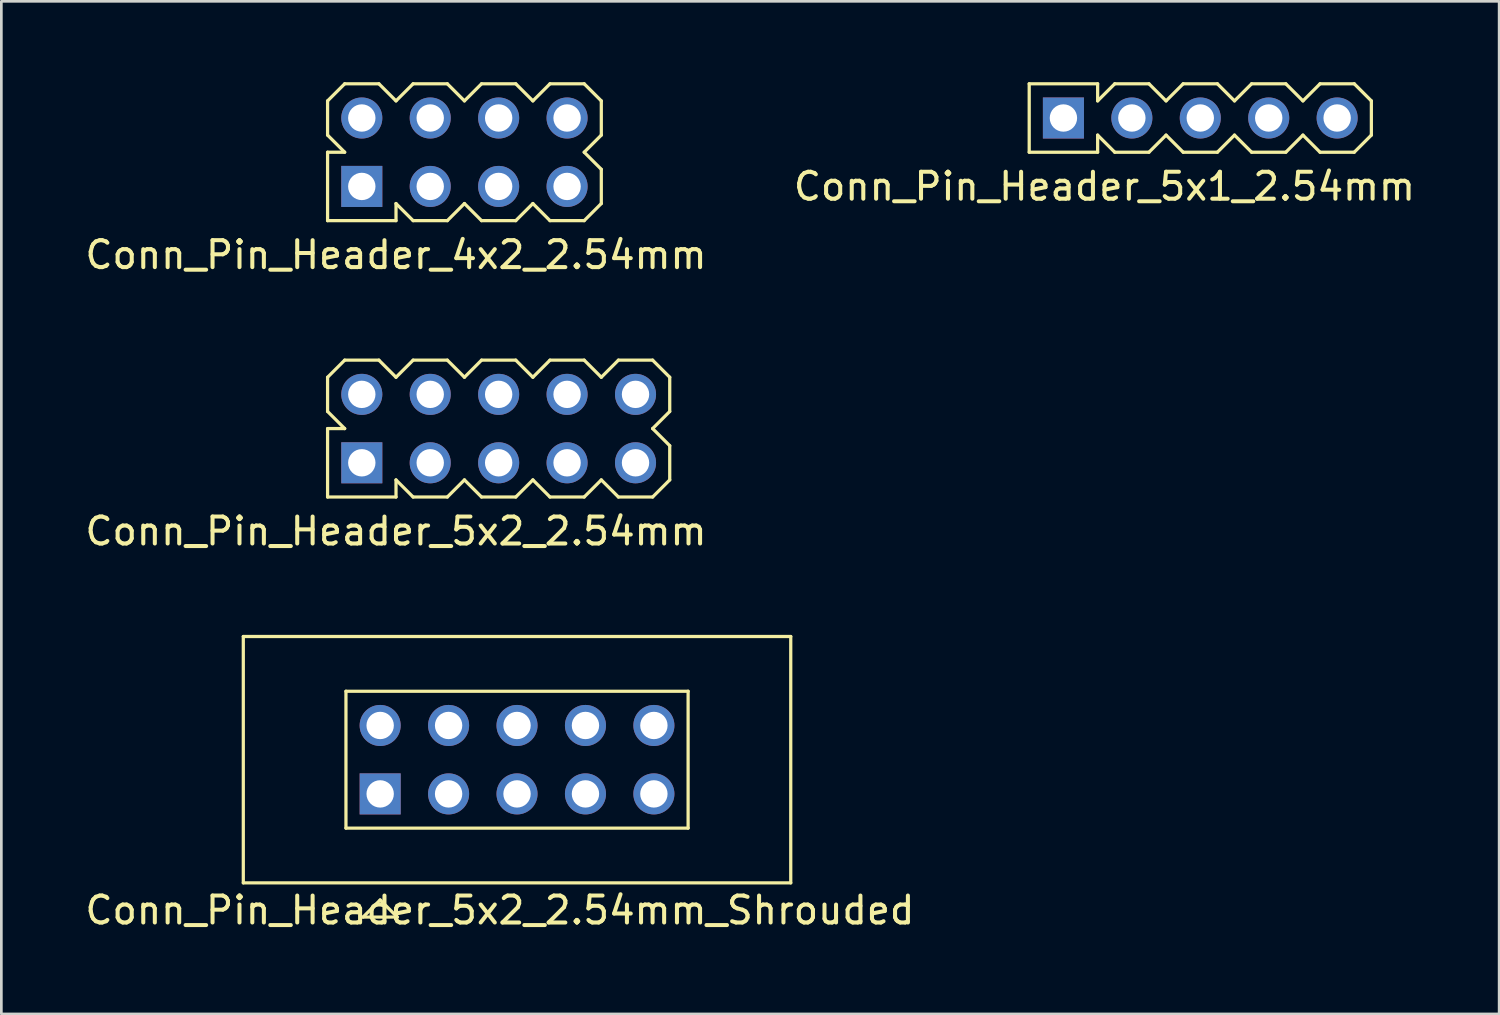
<source format=kicad_pcb>
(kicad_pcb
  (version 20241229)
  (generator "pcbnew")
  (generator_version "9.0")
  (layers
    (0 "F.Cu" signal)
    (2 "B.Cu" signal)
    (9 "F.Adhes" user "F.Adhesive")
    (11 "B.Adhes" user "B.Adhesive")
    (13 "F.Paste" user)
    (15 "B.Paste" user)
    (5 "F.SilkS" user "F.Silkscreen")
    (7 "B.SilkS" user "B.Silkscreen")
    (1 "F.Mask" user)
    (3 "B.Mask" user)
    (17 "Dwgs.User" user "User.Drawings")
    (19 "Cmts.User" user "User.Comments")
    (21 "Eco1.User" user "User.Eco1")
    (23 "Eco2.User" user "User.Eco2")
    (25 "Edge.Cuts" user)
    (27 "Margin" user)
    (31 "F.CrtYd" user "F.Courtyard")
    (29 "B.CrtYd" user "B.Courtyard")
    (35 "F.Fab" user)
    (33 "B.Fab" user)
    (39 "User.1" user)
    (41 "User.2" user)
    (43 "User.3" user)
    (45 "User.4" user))
  (footprint "Conn_Pin_Header_4x2_2.54mm"
    (layer "F.Cu")
    (at 14.189 2.6)
    (property "Reference" "Conn_Pin_Header_4x2_2.54mm" (at -2.54 3.81 0) (layer "F.SilkS") (effects (font (size 1 1) (thickness 0.15))))
    (attr through_hole)
    (fp_line (start -5.08 -1.905) (end -4.445 -2.54) (stroke (width 0.12) (type solid)) (layer "F.SilkS"))
    (fp_line (start -5.08 -0.635) (end -5.08 -1.905) (stroke (width 0.12) (type solid)) (layer "F.SilkS"))
    (fp_line (start -5.08 0) (end -4.445 0) (stroke (width 0.12) (type solid)) (layer "F.SilkS"))
    (fp_line (start -5.08 2.54) (end -5.08 0) (stroke (width 0.12) (type solid)) (layer "F.SilkS"))
    (fp_line (start -4.445 0) (end -5.08 -0.635) (stroke (width 0.12) (type solid)) (layer "F.SilkS"))
    (fp_line (start -3.175 -2.54) (end -4.445 -2.54) (stroke (width 0.12) (type solid)) (layer "F.SilkS"))
    (fp_line (start -2.54 -1.905) (end -3.175 -2.54) (stroke (width 0.12) (type solid)) (layer "F.SilkS"))
    (fp_line (start -2.54 1.905) (end -1.905 2.54) (stroke (width 0.12) (type solid)) (layer "F.SilkS"))
    (fp_line (start -2.54 2.54) (end -5.08 2.54) (stroke (width 0.12) (type solid)) (layer "F.SilkS"))
    (fp_line (start -2.54 2.54) (end -2.54 1.905) (stroke (width 0.12) (type solid)) (layer "F.SilkS"))
    (fp_line (start -1.905 -2.54) (end -2.54 -1.905) (stroke (width 0.12) (type solid)) (layer "F.SilkS"))
    (fp_line (start -1.905 2.54) (end -0.635 2.54) (stroke (width 0.12) (type solid)) (layer "F.SilkS"))
    (fp_line (start -0.635 -2.54) (end -1.905 -2.54) (stroke (width 0.12) (type solid)) (layer "F.SilkS"))
    (fp_line (start -0.635 2.54) (end 0 1.905) (stroke (width 0.12) (type solid)) (layer "F.SilkS"))
    (fp_line (start 0 -1.905) (end -0.635 -2.54) (stroke (width 0.12) (type solid)) (layer "F.SilkS"))
    (fp_line (start 0 1.905) (end 0.635 2.54) (stroke (width 0.12) (type solid)) (layer "F.SilkS"))
    (fp_line (start 0.635 -2.54) (end 0 -1.905) (stroke (width 0.12) (type solid)) (layer "F.SilkS"))
    (fp_line (start 0.635 2.54) (end 1.905 2.54) (stroke (width 0.12) (type solid)) (layer "F.SilkS"))
    (fp_line (start 1.905 -2.54) (end 0.635 -2.54) (stroke (width 0.12) (type solid)) (layer "F.SilkS"))
    (fp_line (start 1.905 2.54) (end 2.54 1.905) (stroke (width 0.12) (type solid)) (layer "F.SilkS"))
    (fp_line (start 2.54 -1.905) (end 1.905 -2.54) (stroke (width 0.12) (type solid)) (layer "F.SilkS"))
    (fp_line (start 2.54 1.905) (end 3.175 2.54) (stroke (width 0.12) (type solid)) (layer "F.SilkS"))
    (fp_line (start 3.175 -2.54) (end 2.54 -1.905) (stroke (width 0.12) (type solid)) (layer "F.SilkS"))
    (fp_line (start 3.175 2.54) (end 4.445 2.54) (stroke (width 0.12) (type solid)) (layer "F.SilkS"))
    (fp_line (start 4.445 -2.54) (end 3.175 -2.54) (stroke (width 0.12) (type solid)) (layer "F.SilkS"))
    (fp_line (start 4.445 0) (end 5.08 -0.635) (stroke (width 0.12) (type solid)) (layer "F.SilkS"))
    (fp_line (start 4.445 2.54) (end 5.08 1.905) (stroke (width 0.12) (type solid)) (layer "F.SilkS"))
    (fp_line (start 5.08 -1.905) (end 4.445 -2.54) (stroke (width 0.12) (type solid)) (layer "F.SilkS"))
    (fp_line (start 5.08 -0.635) (end 5.08 -1.905) (stroke (width 0.12) (type solid)) (layer "F.SilkS"))
    (fp_line (start 5.08 0.635) (end 4.445 0) (stroke (width 0.12) (type solid)) (layer "F.SilkS"))
    (fp_line (start 5.08 1.905) (end 5.08 0.635) (stroke (width 0.12) (type solid)) (layer "F.SilkS"))
    (pad "1" thru_hole rect (at -3.81 1.27) (size 1.524 1.524) (drill 1.016) (layers "*.Cu" "*.Mask"))
    (pad "2" thru_hole circle (at -3.81 -1.27) (size 1.524 1.524) (drill 1.016) (layers "*.Cu" "*.Mask"))
    (pad "3" thru_hole circle (at -1.27 1.27) (size 1.524 1.524) (drill 1.016) (layers "*.Cu" "*.Mask"))
    (pad "4" thru_hole circle (at -1.27 -1.27) (size 1.524 1.524) (drill 1.016) (layers "*.Cu" "*.Mask"))
    (pad "5" thru_hole circle (at 1.27 1.27) (size 1.524 1.524) (drill 1.016) (layers "*.Cu" "*.Mask"))
    (pad "6" thru_hole circle (at 1.27 -1.27) (size 1.524 1.524) (drill 1.016) (layers "*.Cu" "*.Mask"))
    (pad "7" thru_hole circle (at 3.81 1.27) (size 1.524 1.524) (drill 1.016) (layers "*.Cu" "*.Mask"))
    (pad "8" thru_hole circle (at 3.81 -1.27) (size 1.524 1.524) (drill 1.016) (layers "*.Cu" "*.Mask")))
  (footprint "Conn_Pin_Header_5x1_2.54mm"
    (layer "F.Cu")
    (at 41.502 1.33)
    (property "Reference" "Conn_Pin_Header_5x1_2.54mm" (at -3.556 2.54 0) (layer "F.SilkS") (effects (font (size 1 1) (thickness 0.15))))
    (attr through_hole)
    (fp_line (start -6.35 -1.27) (end -3.81 -1.27) (stroke (width 0.12) (type solid)) (layer "F.SilkS"))
    (fp_line (start -6.35 1.27) (end -6.35 -1.27) (stroke (width 0.12) (type solid)) (layer "F.SilkS"))
    (fp_line (start -3.81 -1.27) (end -3.81 -0.635) (stroke (width 0.12) (type solid)) (layer "F.SilkS"))
    (fp_line (start -3.81 -0.635) (end -3.175 -1.27) (stroke (width 0.12) (type solid)) (layer "F.SilkS"))
    (fp_line (start -3.81 0.635) (end -3.81 1.27) (stroke (width 0.12) (type solid)) (layer "F.SilkS"))
    (fp_line (start -3.81 1.27) (end -6.35 1.27) (stroke (width 0.12) (type solid)) (layer "F.SilkS"))
    (fp_line (start -3.175 -1.27) (end -1.905 -1.27) (stroke (width 0.12) (type solid)) (layer "F.SilkS"))
    (fp_line (start -3.175 1.27) (end -3.81 0.635) (stroke (width 0.12) (type solid)) (layer "F.SilkS"))
    (fp_line (start -1.905 -1.27) (end -1.27 -0.635) (stroke (width 0.12) (type solid)) (layer "F.SilkS"))
    (fp_line (start -1.905 1.27) (end -3.175 1.27) (stroke (width 0.12) (type solid)) (layer "F.SilkS"))
    (fp_line (start -1.27 -0.635) (end -0.635 -1.27) (stroke (width 0.12) (type solid)) (layer "F.SilkS"))
    (fp_line (start -1.27 0.635) (end -1.905 1.27) (stroke (width 0.12) (type solid)) (layer "F.SilkS"))
    (fp_line (start -0.635 -1.27) (end 0.635 -1.27) (stroke (width 0.12) (type solid)) (layer "F.SilkS"))
    (fp_line (start -0.635 1.27) (end -1.27 0.635) (stroke (width 0.12) (type solid)) (layer "F.SilkS"))
    (fp_line (start 0.635 -1.27) (end 1.27 -0.635) (stroke (width 0.12) (type solid)) (layer "F.SilkS"))
    (fp_line (start 0.635 1.27) (end -0.635 1.27) (stroke (width 0.12) (type solid)) (layer "F.SilkS"))
    (fp_line (start 1.27 -0.635) (end 1.905 -1.27) (stroke (width 0.12) (type solid)) (layer "F.SilkS"))
    (fp_line (start 1.27 0.635) (end 0.635 1.27) (stroke (width 0.12) (type solid)) (layer "F.SilkS"))
    (fp_line (start 1.905 -1.27) (end 3.175 -1.27) (stroke (width 0.12) (type solid)) (layer "F.SilkS"))
    (fp_line (start 1.905 1.27) (end 1.27 0.635) (stroke (width 0.12) (type solid)) (layer "F.SilkS"))
    (fp_line (start 3.175 -1.27) (end 3.81 -0.635) (stroke (width 0.12) (type solid)) (layer "F.SilkS"))
    (fp_line (start 3.175 1.27) (end 1.905 1.27) (stroke (width 0.12) (type solid)) (layer "F.SilkS"))
    (fp_line (start 3.81 -0.635) (end 4.445 -1.27) (stroke (width 0.12) (type solid)) (layer "F.SilkS"))
    (fp_line (start 3.81 0.635) (end 3.175 1.27) (stroke (width 0.12) (type solid)) (layer "F.SilkS"))
    (fp_line (start 4.445 -1.27) (end 5.715 -1.27) (stroke (width 0.12) (type solid)) (layer "F.SilkS"))
    (fp_line (start 4.445 1.27) (end 3.81 0.635) (stroke (width 0.12) (type solid)) (layer "F.SilkS"))
    (fp_line (start 5.715 -1.27) (end 6.35 -0.635) (stroke (width 0.12) (type solid)) (layer "F.SilkS"))
    (fp_line (start 5.715 1.27) (end 4.445 1.27) (stroke (width 0.12) (type solid)) (layer "F.SilkS"))
    (fp_line (start 6.35 -0.635) (end 6.35 0.635) (stroke (width 0.12) (type solid)) (layer "F.SilkS"))
    (fp_line (start 6.35 0.635) (end 5.715 1.27) (stroke (width 0.12) (type solid)) (layer "F.SilkS"))
    (pad "1" thru_hole rect (at -5.08 0) (size 1.524 1.524) (drill 1.016) (layers "*.Cu" "*.Mask"))
    (pad "2" thru_hole circle (at -2.54 0) (size 1.524 1.524) (drill 1.016) (layers "*.Cu" "*.Mask"))
    (pad "3" thru_hole circle (at 0 0) (size 1.524 1.524) (drill 1.016) (layers "*.Cu" "*.Mask"))
    (pad "4" thru_hole circle (at 2.54 0) (size 1.524 1.524) (drill 1.016) (layers "*.Cu" "*.Mask"))
    (pad "5" thru_hole circle (at 5.08 0) (size 1.524 1.524) (drill 1.016) (layers "*.Cu" "*.Mask")))
  (footprint "Conn_Pin_Header_5x2_2.54mm"
    (layer "F.Cu")
    (at 15.459 12.858)
    (property "Reference" "Conn_Pin_Header_5x2_2.54mm" (at -3.81 3.81 0) (layer "F.SilkS") (effects (font (size 1 1) (thickness 0.15))))
    (attr through_hole)
    (fp_line (start -6.35 -1.905) (end -5.715 -2.54) (stroke (width 0.12) (type solid)) (layer "F.SilkS"))
    (fp_line (start -6.35 -0.635) (end -6.35 -1.905) (stroke (width 0.12) (type solid)) (layer "F.SilkS"))
    (fp_line (start -6.35 0) (end -5.715 0) (stroke (width 0.12) (type solid)) (layer "F.SilkS"))
    (fp_line (start -6.35 2.54) (end -6.35 0) (stroke (width 0.12) (type solid)) (layer "F.SilkS"))
    (fp_line (start -5.715 0) (end -6.35 -0.635) (stroke (width 0.12) (type solid)) (layer "F.SilkS"))
    (fp_line (start -4.445 -2.54) (end -5.715 -2.54) (stroke (width 0.12) (type solid)) (layer "F.SilkS"))
    (fp_line (start -3.81 -1.905) (end -4.445 -2.54) (stroke (width 0.12) (type solid)) (layer "F.SilkS"))
    (fp_line (start -3.81 1.905) (end -3.175 2.54) (stroke (width 0.12) (type solid)) (layer "F.SilkS"))
    (fp_line (start -3.81 2.54) (end -6.35 2.54) (stroke (width 0.12) (type solid)) (layer "F.SilkS"))
    (fp_line (start -3.81 2.54) (end -3.81 1.905) (stroke (width 0.12) (type solid)) (layer "F.SilkS"))
    (fp_line (start -3.175 -2.54) (end -3.81 -1.905) (stroke (width 0.12) (type solid)) (layer "F.SilkS"))
    (fp_line (start -3.175 2.54) (end -1.905 2.54) (stroke (width 0.12) (type solid)) (layer "F.SilkS"))
    (fp_line (start -1.905 -2.54) (end -3.175 -2.54) (stroke (width 0.12) (type solid)) (layer "F.SilkS"))
    (fp_line (start -1.905 2.54) (end -1.27 1.905) (stroke (width 0.12) (type solid)) (layer "F.SilkS"))
    (fp_line (start -1.27 -1.905) (end -1.905 -2.54) (stroke (width 0.12) (type solid)) (layer "F.SilkS"))
    (fp_line (start -1.27 1.905) (end -0.635 2.54) (stroke (width 0.12) (type solid)) (layer "F.SilkS"))
    (fp_line (start -0.635 -2.54) (end -1.27 -1.905) (stroke (width 0.12) (type solid)) (layer "F.SilkS"))
    (fp_line (start -0.635 2.54) (end 0.635 2.54) (stroke (width 0.12) (type solid)) (layer "F.SilkS"))
    (fp_line (start 0.635 -2.54) (end -0.635 -2.54) (stroke (width 0.12) (type solid)) (layer "F.SilkS"))
    (fp_line (start 0.635 2.54) (end 1.27 1.905) (stroke (width 0.12) (type solid)) (layer "F.SilkS"))
    (fp_line (start 1.27 -1.905) (end 0.635 -2.54) (stroke (width 0.12) (type solid)) (layer "F.SilkS"))
    (fp_line (start 1.27 1.905) (end 1.905 2.54) (stroke (width 0.12) (type solid)) (layer "F.SilkS"))
    (fp_line (start 1.905 -2.54) (end 1.27 -1.905) (stroke (width 0.12) (type solid)) (layer "F.SilkS"))
    (fp_line (start 1.905 2.54) (end 3.175 2.54) (stroke (width 0.12) (type solid)) (layer "F.SilkS"))
    (fp_line (start 3.175 -2.54) (end 1.905 -2.54) (stroke (width 0.12) (type solid)) (layer "F.SilkS"))
    (fp_line (start 3.175 2.54) (end 3.81 1.905) (stroke (width 0.12) (type solid)) (layer "F.SilkS"))
    (fp_line (start 3.81 -1.905) (end 3.175 -2.54) (stroke (width 0.12) (type solid)) (layer "F.SilkS"))
    (fp_line (start 3.81 1.905) (end 4.445 2.54) (stroke (width 0.12) (type solid)) (layer "F.SilkS"))
    (fp_line (start 4.445 -2.54) (end 3.81 -1.905) (stroke (width 0.12) (type solid)) (layer "F.SilkS"))
    (fp_line (start 4.445 2.54) (end 5.715 2.54) (stroke (width 0.12) (type solid)) (layer "F.SilkS"))
    (fp_line (start 5.715 -2.54) (end 4.445 -2.54) (stroke (width 0.12) (type solid)) (layer "F.SilkS"))
    (fp_line (start 5.715 0) (end 6.35 -0.635) (stroke (width 0.12) (type solid)) (layer "F.SilkS"))
    (fp_line (start 5.715 2.54) (end 6.35 1.905) (stroke (width 0.12) (type solid)) (layer "F.SilkS"))
    (fp_line (start 6.35 -1.905) (end 5.715 -2.54) (stroke (width 0.12) (type solid)) (layer "F.SilkS"))
    (fp_line (start 6.35 -0.635) (end 6.35 -1.905) (stroke (width 0.12) (type solid)) (layer "F.SilkS"))
    (fp_line (start 6.35 0.635) (end 5.715 0) (stroke (width 0.12) (type solid)) (layer "F.SilkS"))
    (fp_line (start 6.35 1.905) (end 6.35 0.635) (stroke (width 0.12) (type solid)) (layer "F.SilkS"))
    (pad "1" thru_hole rect (at -5.08 1.27) (size 1.524 1.524) (drill 1.016) (layers "*.Cu" "*.Mask"))
    (pad "2" thru_hole circle (at -5.08 -1.27) (size 1.524 1.524) (drill 1.016) (layers "*.Cu" "*.Mask"))
    (pad "3" thru_hole circle (at -2.54 1.27) (size 1.524 1.524) (drill 1.016) (layers "*.Cu" "*.Mask"))
    (pad "4" thru_hole circle (at -2.54 -1.27) (size 1.524 1.524) (drill 1.016) (layers "*.Cu" "*.Mask"))
    (pad "5" thru_hole circle (at 0 1.27) (size 1.524 1.524) (drill 1.016) (layers "*.Cu" "*.Mask"))
    (pad "6" thru_hole circle (at 0 -1.27) (size 1.524 1.524) (drill 1.016) (layers "*.Cu" "*.Mask"))
    (pad "7" thru_hole circle (at 2.54 1.27) (size 1.524 1.524) (drill 1.016) (layers "*.Cu" "*.Mask"))
    (pad "8" thru_hole circle (at 2.54 -1.27) (size 1.524 1.524) (drill 1.016) (layers "*.Cu" "*.Mask"))
    (pad "9" thru_hole circle (at 5.08 1.27) (size 1.524 1.524) (drill 1.016) (layers "*.Cu" "*.Mask"))
    (pad "10" thru_hole circle (at 5.08 -1.27) (size 1.524 1.524) (drill 1.016) (layers "*.Cu" "*.Mask")))
  (footprint "Conn_Pin_Header_5x2_2.54mm_Shrouded"
    (layer "F.Cu")
    (at 16.141 25.148)
    (property "Reference" "Conn_Pin_Header_5x2_2.54mm_Shrouded" (at -0.635 5.588 0) (layer "F.SilkS") (effects (font (size 1 1) (thickness 0.15))))
    (attr through_hole)
    (fp_line (start -10.16 -4.572) (end 10.16 -4.572) (stroke (width 0.12) (type solid)) (layer "F.SilkS"))
    (fp_line (start -10.16 4.572) (end -10.16 -4.572) (stroke (width 0.12) (type solid)) (layer "F.SilkS"))
    (fp_line (start -10.16 4.572) (end 10.16 4.572) (stroke (width 0.12) (type solid)) (layer "F.SilkS"))
    (fp_line (start -6.35 -2.54) (end 6.35 -2.54) (stroke (width 0.12) (type solid)) (layer "F.SilkS"))
    (fp_line (start -6.35 2.54) (end -6.35 -2.54) (stroke (width 0.12) (type solid)) (layer "F.SilkS"))
    (fp_line (start -6.35 2.54) (end 6.35 2.54) (stroke (width 0.12) (type solid)) (layer "F.SilkS"))
    (fp_line (start -5.715 5.842) (end -5.08 5.207) (stroke (width 0.12) (type solid)) (layer "F.SilkS"))
    (fp_line (start -5.08 5.207) (end -4.445 5.842) (stroke (width 0.12) (type solid)) (layer "F.SilkS"))
    (fp_line (start -4.445 5.842) (end -5.715 5.842) (stroke (width 0.12) (type solid)) (layer "F.SilkS"))
    (fp_line (start 6.35 -2.54) (end 6.35 2.54) (stroke (width 0.12) (type solid)) (layer "F.SilkS"))
    (fp_line (start 10.16 -4.572) (end 10.16 4.572) (stroke (width 0.12) (type solid)) (layer "F.SilkS"))
    (pad "1" thru_hole rect (at -5.08 1.27) (size 1.524 1.524) (drill 1.016) (layers "*.Cu" "*.Mask"))
    (pad "2" thru_hole circle (at -5.08 -1.27) (size 1.524 1.524) (drill 1.016) (layers "*.Cu" "*.Mask"))
    (pad "3" thru_hole circle (at -2.54 1.27) (size 1.524 1.524) (drill 1.016) (layers "*.Cu" "*.Mask"))
    (pad "4" thru_hole circle (at -2.54 -1.27) (size 1.524 1.524) (drill 1.016) (layers "*.Cu" "*.Mask"))
    (pad "5" thru_hole circle (at 0 1.27) (size 1.524 1.524) (drill 1.016) (layers "*.Cu" "*.Mask"))
    (pad "6" thru_hole circle (at 0 -1.27) (size 1.524 1.524) (drill 1.016) (layers "*.Cu" "*.Mask"))
    (pad "7" thru_hole circle (at 2.54 1.27) (size 1.524 1.524) (drill 1.016) (layers "*.Cu" "*.Mask"))
    (pad "8" thru_hole circle (at 2.54 -1.27) (size 1.524 1.524) (drill 1.016) (layers "*.Cu" "*.Mask"))
    (pad "9" thru_hole circle (at 5.08 1.27) (size 1.524 1.524) (drill 1.016) (layers "*.Cu" "*.Mask"))
    (pad "10" thru_hole circle (at 5.08 -1.27) (size 1.524 1.524) (drill 1.016) (layers "*.Cu" "*.Mask")))
  (gr_rect
    (start -3 -3)
    (end 52.595 34.585)
    (stroke (width 0.1) (type default))
    (fill no)
    (layer "Edge.Cuts")))
</source>
